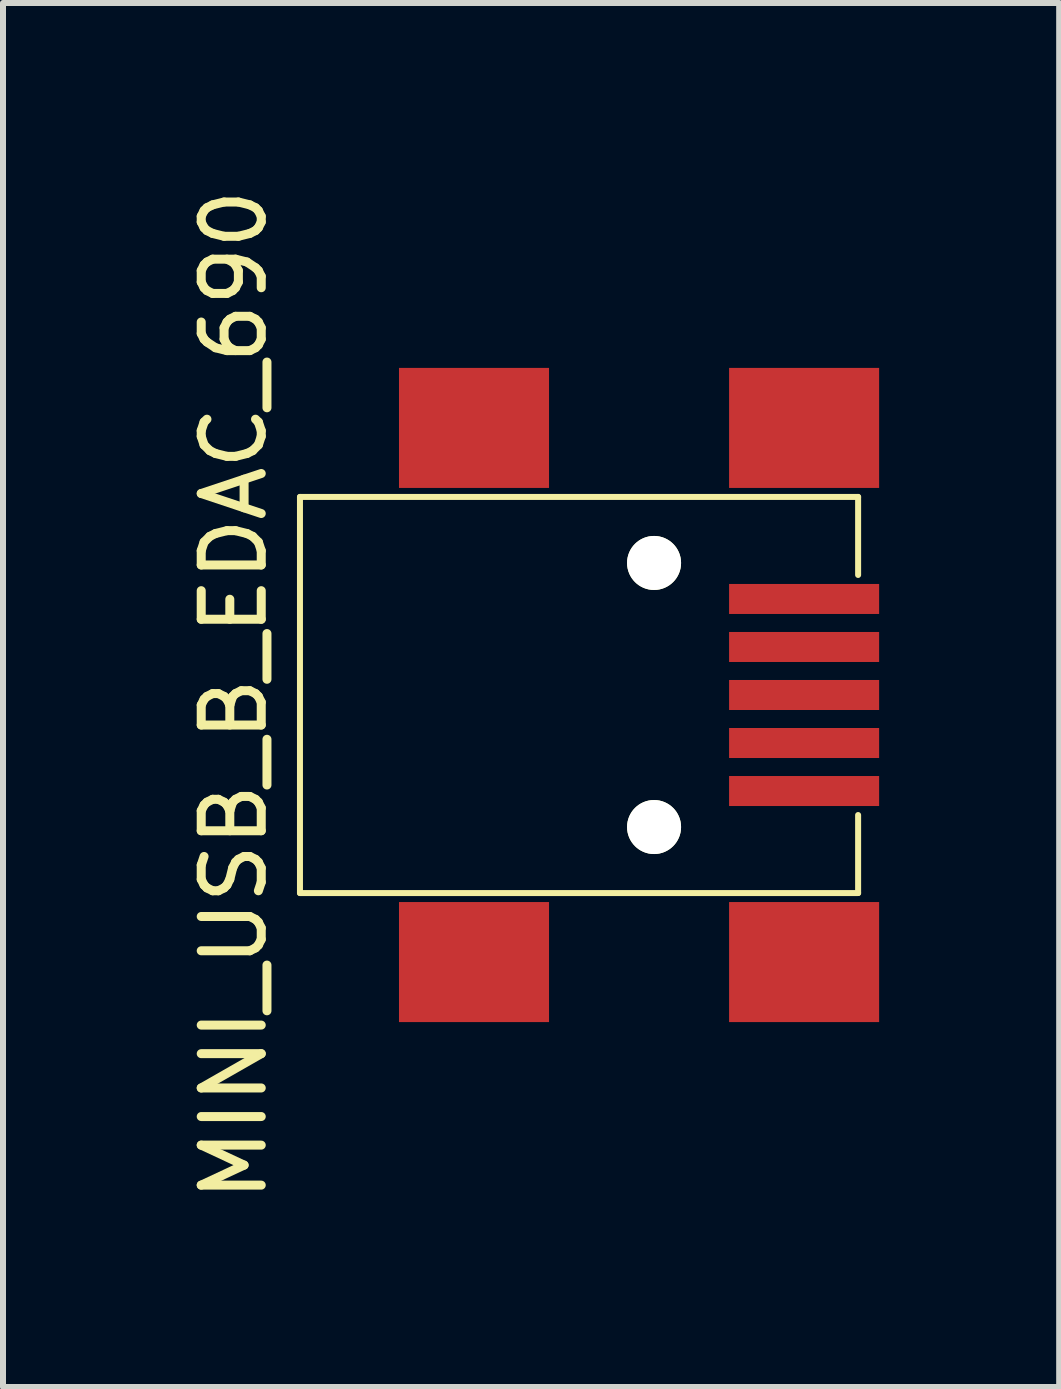
<source format=kicad_pcb>
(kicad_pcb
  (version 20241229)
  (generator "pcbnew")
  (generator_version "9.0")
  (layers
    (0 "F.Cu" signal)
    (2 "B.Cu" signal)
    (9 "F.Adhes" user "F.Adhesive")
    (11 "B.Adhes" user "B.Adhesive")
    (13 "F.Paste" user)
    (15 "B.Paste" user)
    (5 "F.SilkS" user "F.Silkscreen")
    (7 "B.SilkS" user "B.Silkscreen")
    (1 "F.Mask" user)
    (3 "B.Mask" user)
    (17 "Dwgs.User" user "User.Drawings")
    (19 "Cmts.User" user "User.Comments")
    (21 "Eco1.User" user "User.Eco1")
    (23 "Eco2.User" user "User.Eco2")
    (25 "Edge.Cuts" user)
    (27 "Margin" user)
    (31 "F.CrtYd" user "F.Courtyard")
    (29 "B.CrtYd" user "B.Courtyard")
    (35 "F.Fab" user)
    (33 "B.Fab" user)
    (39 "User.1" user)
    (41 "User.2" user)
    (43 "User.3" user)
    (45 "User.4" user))
  (footprint "MINI_USB_B_EDAC_690"
    (layer "F.Cu")
    (at 7.848 8.53)
    (property "Reference" "MINI_USB_B_EDAC_690" (at -7 0 90) (layer "F.SilkS") (effects (font (size 1 1) (thickness 0.15))))
    (attr smd)
    (fp_line (start -5.9 -3.3) (end -5.9 3.3) (stroke (width 0.1) (type solid)) (layer "F.SilkS"))
    (fp_line (start -5.9 -3.3) (end 3.4 -3.3) (stroke (width 0.1) (type solid)) (layer "F.SilkS"))
    (fp_line (start -5.9 3.3) (end 3.4 3.3) (stroke (width 0.1) (type solid)) (layer "F.SilkS"))
    (fp_line (start 3.4 -3.3) (end 3.4 -2) (stroke (width 0.1) (type solid)) (layer "F.SilkS"))
    (fp_line (start 3.4 3.3) (end 3.4 2) (stroke (width 0.1) (type solid)) (layer "F.SilkS"))
    (pad "" np_thru_hole circle (at 0 -2.2) (size 0.9 0.9) (drill 0.9) (layers "*.Cu" "*.Mask" "F.SilkS"))
    (pad "" np_thru_hole circle (at 0 2.2) (size 0.9 0.9) (drill 0.9) (layers "*.Cu" "*.Mask" "F.SilkS"))
    (pad "1" smd rect (at 2.5 -1.6) (size 2.5 0.5) (layers "F.Cu" "F.Mask" "F.Paste"))
    (pad "2" smd rect (at 2.5 -0.8) (size 2.5 0.5) (layers "F.Cu" "F.Mask" "F.Paste"))
    (pad "3" smd rect (at 2.5 0) (size 2.5 0.5) (layers "F.Cu" "F.Mask" "F.Paste"))
    (pad "4" smd rect (at 2.5 0.8) (size 2.5 0.5) (layers "F.Cu" "F.Mask" "F.Paste"))
    (pad "5" smd rect (at 2.5 1.6) (size 2.5 0.5) (layers "F.Cu" "F.Mask" "F.Paste"))
    (pad "6" smd rect (at -3 -4.45) (size 2.5 2) (layers "F.Cu" "F.Mask" "F.Paste"))
    (pad "6" smd rect (at -3 4.45) (size 2.5 2) (layers "F.Cu" "F.Mask" "F.Paste"))
    (pad "6" smd rect (at 2.5 -4.45) (size 2.5 2) (layers "F.Cu" "F.Mask" "F.Paste"))
    (pad "6" smd rect (at 2.5 4.45) (size 2.5 2) (layers "F.Cu" "F.Mask" "F.Paste")))
  (gr_rect
    (start -3 -3)
    (end 14.598 20.06)
    (stroke (width 0.1) (type default))
    (fill no)
    (layer "Edge.Cuts")))
</source>
